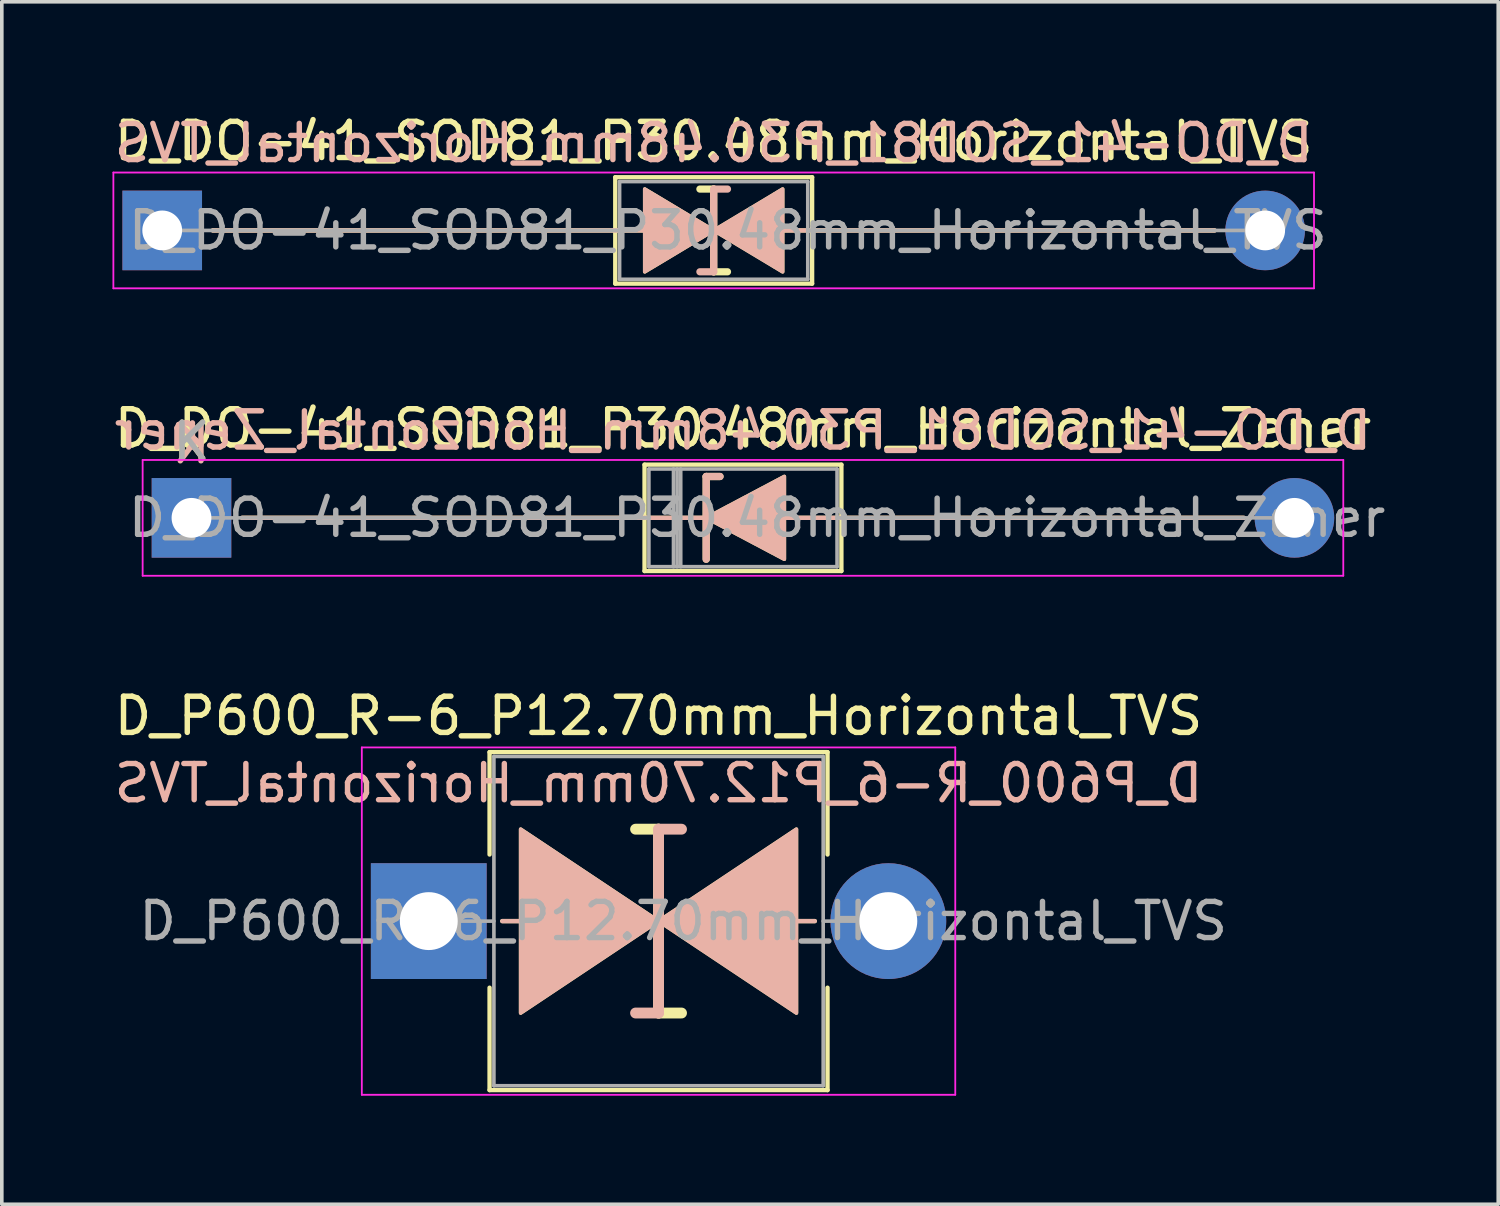
<source format=kicad_pcb>
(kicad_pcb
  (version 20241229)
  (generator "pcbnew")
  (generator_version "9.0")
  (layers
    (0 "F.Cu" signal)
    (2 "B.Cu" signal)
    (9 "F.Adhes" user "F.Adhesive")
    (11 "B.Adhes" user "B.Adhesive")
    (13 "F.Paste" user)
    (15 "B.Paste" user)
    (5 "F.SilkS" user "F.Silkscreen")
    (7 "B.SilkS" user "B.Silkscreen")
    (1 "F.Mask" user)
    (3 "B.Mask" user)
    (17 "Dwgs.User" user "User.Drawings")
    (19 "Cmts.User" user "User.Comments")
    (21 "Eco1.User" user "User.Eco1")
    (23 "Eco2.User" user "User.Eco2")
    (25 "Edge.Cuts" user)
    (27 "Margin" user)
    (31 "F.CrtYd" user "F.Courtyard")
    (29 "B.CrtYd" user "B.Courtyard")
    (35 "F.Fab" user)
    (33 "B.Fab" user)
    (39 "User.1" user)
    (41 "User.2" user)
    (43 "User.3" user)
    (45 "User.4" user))
  (footprint "D_P600_R-6_P12.70mm_Horizontal_TVS"
    (layer "F.Cu")
    (at 8.799 22.405)
    (property "Reference" "D_P600_R-6_P12.70mm_Horizontal_TVS" (at 6.35 -5.67 0) (layer "F.SilkS") (effects (font (size 1 1) (thickness 0.15))))
    (fp_line (start 1.68 -4.67) (end 11.02 -4.67) (stroke (width 0.12) (type solid)) (layer "F.SilkS"))
    (fp_line (start 1.68 -1.84) (end 1.68 -4.67) (stroke (width 0.12) (type solid)) (layer "F.SilkS"))
    (fp_line (start 1.68 1.84) (end 1.68 4.67) (stroke (width 0.12) (type solid)) (layer "F.SilkS"))
    (fp_line (start 1.68 4.67) (end 11.02 4.67) (stroke (width 0.12) (type solid)) (layer "F.SilkS"))
    (fp_line (start 2.032 0) (end 2.54 0) (stroke (width 0.12) (type solid)) (layer "F.SilkS"))
    (fp_line (start 6.35 -2.54) (end 5.715 -2.54) (stroke (width 0.3) (type solid)) (layer "F.SilkS"))
    (fp_line (start 6.35 2.54) (end 6.35 -2.54) (stroke (width 0.3) (type solid)) (layer "F.SilkS"))
    (fp_line (start 6.985 2.54) (end 6.35 2.54) (stroke (width 0.3) (type solid)) (layer "F.SilkS"))
    (fp_line (start 10.668 0) (end 10.16 0) (stroke (width 0.12) (type solid)) (layer "F.SilkS"))
    (fp_line (start 11.02 -4.67) (end 11.02 -1.84) (stroke (width 0.12) (type solid)) (layer "F.SilkS"))
    (fp_line (start 11.02 4.67) (end 11.02 1.84) (stroke (width 0.12) (type solid)) (layer "F.SilkS"))
    (fp_poly (pts (xy 6.35 0) (xy 2.54 2.54) (xy 2.54 -2.54)) (stroke (width 0.1) (type solid)) (fill yes) (layer "F.SilkS"))
    (fp_poly (pts (xy 6.35 0) (xy 10.16 -2.54) (xy 10.16 2.54)) (stroke (width 0.1) (type solid)) (fill yes) (layer "F.SilkS"))
    (fp_line (start 2.032 0) (end 2.54 0) (stroke (width 0.12) (type solid)) (layer "B.SilkS"))
    (fp_line (start 6.35 -2.54) (end 6.35 2.54) (stroke (width 0.3) (type solid)) (layer "B.SilkS"))
    (fp_line (start 6.35 2.54) (end 5.715 2.54) (stroke (width 0.3) (type solid)) (layer "B.SilkS"))
    (fp_line (start 6.985 -2.54) (end 6.35 -2.54) (stroke (width 0.3) (type solid)) (layer "B.SilkS"))
    (fp_line (start 10.668 0) (end 10.16 0) (stroke (width 0.12) (type solid)) (layer "B.SilkS"))
    (fp_poly (pts (xy 6.35 0) (xy 2.54 -2.54) (xy 2.54 2.54)) (stroke (width 0.1) (type solid)) (fill yes) (layer "B.SilkS"))
    (fp_poly (pts (xy 6.35 0) (xy 10.16 2.54) (xy 10.16 -2.54)) (stroke (width 0.1) (type solid)) (fill yes) (layer "B.SilkS"))
    (fp_line (start -1.85 -4.8) (end -1.85 4.8) (stroke (width 0.05) (type solid)) (layer "F.CrtYd"))
    (fp_line (start -1.85 4.8) (end 14.55 4.8) (stroke (width 0.05) (type solid)) (layer "F.CrtYd"))
    (fp_line (start 14.55 -4.8) (end -1.85 -4.8) (stroke (width 0.05) (type solid)) (layer "F.CrtYd"))
    (fp_line (start 14.55 4.8) (end 14.55 -4.8) (stroke (width 0.05) (type solid)) (layer "F.CrtYd"))
    (fp_line (start 0 0) (end 1.8 0) (stroke (width 0.1) (type solid)) (layer "F.Fab"))
    (fp_line (start 1.8 -4.55) (end 1.8 4.55) (stroke (width 0.1) (type solid)) (layer "F.Fab"))
    (fp_line (start 1.8 4.55) (end 10.9 4.55) (stroke (width 0.1) (type solid)) (layer "F.Fab"))
    (fp_line (start 10.9 -4.55) (end 1.8 -4.55) (stroke (width 0.1) (type solid)) (layer "F.Fab"))
    (fp_line (start 10.9 4.55) (end 10.9 -4.55) (stroke (width 0.1) (type solid)) (layer "F.Fab"))
    (fp_line (start 12.7 0) (end 10.9 0) (stroke (width 0.1) (type solid)) (layer "F.Fab"))
    (fp_text user "${REFERENCE}" (at 6.35 -3.81 0) (layer "B.SilkS") (effects (font (size 1 1) (thickness 0.15)) (justify mirror)))
    (fp_text user "${REFERENCE}" (at 7.032 0 0) (layer "F.Fab") (effects (font (size 1 1) (thickness 0.15))))
    (pad "1" thru_hole rect (at 0 0) (size 3.2 3.2) (drill 1.6) (layers "*.Cu" "*.Mask"))
    (pad "2" thru_hole oval (at 12.7 0) (size 3.2 3.2) (drill 1.6) (layers "*.Cu" "*.Mask")))
  (footprint "D_DO-41_SOD81_P30.48mm_Horizontal_Zener"
    (layer "F.Cu")
    (at 2.242 11.261)
    (property "Reference" "D_DO-41_SOD81_P30.48mm_Horizontal_Zener" (at 15.24 -2.47 0) (layer "F.SilkS") (effects (font (size 1 1) (thickness 0.15))))
    (fp_line (start 1.397 0) (end 12.52 0) (stroke (width 0.12) (type solid)) (layer "F.SilkS"))
    (fp_line (start 12.52 -1.47) (end 12.52 1.47) (stroke (width 0.12) (type solid)) (layer "F.SilkS"))
    (fp_line (start 12.52 1.47) (end 17.96 1.47) (stroke (width 0.12) (type solid)) (layer "F.SilkS"))
    (fp_line (start 14.224 -1.143) (end 14.224 1.143) (stroke (width 0.2) (type solid)) (layer "F.SilkS"))
    (fp_line (start 14.224 -1.143) (end 14.605 -1.143) (stroke (width 0.2) (type solid)) (layer "F.SilkS"))
    (fp_line (start 14.224 0) (end 12.52 0) (stroke (width 0.12) (type solid)) (layer "F.SilkS"))
    (fp_line (start 16.383 0) (end 17.96 0) (stroke (width 0.12) (type solid)) (layer "F.SilkS"))
    (fp_line (start 17.96 -1.47) (end 12.52 -1.47) (stroke (width 0.12) (type solid)) (layer "F.SilkS"))
    (fp_line (start 17.96 1.47) (end 17.96 -1.47) (stroke (width 0.12) (type solid)) (layer "F.SilkS"))
    (fp_line (start 29.083 0) (end 17.96 0) (stroke (width 0.12) (type solid)) (layer "F.SilkS"))
    (fp_poly (pts (xy 16.383 1.143) (xy 14.224 0) (xy 16.383 -1.143)) (stroke (width 0.1) (type solid)) (fill yes) (layer "F.SilkS"))
    (fp_line (start 1.397 0) (end 12.52 0) (stroke (width 0.12) (type solid)) (layer "B.SilkS"))
    (fp_line (start 14.224 -1.143) (end 14.605 -1.143) (stroke (width 0.2) (type solid)) (layer "B.SilkS"))
    (fp_line (start 14.224 0) (end 12.52 0) (stroke (width 0.12) (type solid)) (layer "B.SilkS"))
    (fp_line (start 14.224 1.143) (end 14.224 -1.143) (stroke (width 0.2) (type solid)) (layer "B.SilkS"))
    (fp_line (start 16.383 0) (end 17.96 0) (stroke (width 0.12) (type solid)) (layer "B.SilkS"))
    (fp_line (start 29.083 0) (end 17.96 0) (stroke (width 0.12) (type solid)) (layer "B.SilkS"))
    (fp_poly (pts (xy 16.383 -1.143) (xy 14.224 0) (xy 16.383 1.143)) (stroke (width 0.1) (type solid)) (fill yes) (layer "B.SilkS"))
    (fp_line (start -1.35 -1.6) (end -1.35 1.6) (stroke (width 0.05) (type solid)) (layer "F.CrtYd"))
    (fp_line (start -1.35 1.6) (end 31.83 1.6) (stroke (width 0.05) (type solid)) (layer "F.CrtYd"))
    (fp_line (start 31.83 -1.6) (end -1.35 -1.6) (stroke (width 0.05) (type solid)) (layer "F.CrtYd"))
    (fp_line (start 31.83 1.6) (end 31.83 -1.6) (stroke (width 0.05) (type solid)) (layer "F.CrtYd"))
    (fp_line (start 0 0) (end 12.64 0) (stroke (width 0.1) (type solid)) (layer "F.Fab"))
    (fp_line (start 12.64 -1.35) (end 12.64 1.35) (stroke (width 0.1) (type solid)) (layer "F.Fab"))
    (fp_line (start 12.64 1.35) (end 17.84 1.35) (stroke (width 0.1) (type solid)) (layer "F.Fab"))
    (fp_line (start 13.32 -1.35) (end 13.32 1.35) (stroke (width 0.1) (type solid)) (layer "F.Fab"))
    (fp_line (start 13.42 -1.35) (end 13.42 1.35) (stroke (width 0.1) (type solid)) (layer "F.Fab"))
    (fp_line (start 13.52 -1.35) (end 13.52 1.35) (stroke (width 0.1) (type solid)) (layer "F.Fab"))
    (fp_line (start 17.84 -1.35) (end 12.64 -1.35) (stroke (width 0.1) (type solid)) (layer "F.Fab"))
    (fp_line (start 17.84 1.35) (end 17.84 -1.35) (stroke (width 0.1) (type solid)) (layer "F.Fab"))
    (fp_line (start 30.48 0) (end 17.84 0) (stroke (width 0.1) (type solid)) (layer "F.Fab"))
    (fp_text user "K" (at 0 -2.1 0) (layer "F.SilkS") (effects (font (size 1 1) (thickness 0.15))))
    (fp_text user "${REFERENCE}" (at 15.24 -2.413 0) (layer "B.SilkS") (effects (font (size 1 1) (thickness 0.15)) (justify mirror)))
    (fp_text user "K" (at 0 -2.032 0) (layer "B.SilkS") (effects (font (size 1 1) (thickness 0.15)) (justify mirror)))
    (fp_text user "${REFERENCE}" (at 15.63 0 0) (layer "F.Fab") (effects (font (size 1 1) (thickness 0.15))))
    (fp_text user "K" (at 0 -2.1 0) (layer "F.Fab") (effects (font (size 1 1) (thickness 0.15))))
    (pad "1" thru_hole rect (at 0 0) (size 2.2 2.2) (drill 1.1) (layers "*.Cu" "*.Mask"))
    (pad "2" thru_hole oval (at 30.48 0) (size 2.2 2.2) (drill 1.1) (layers "*.Cu" "*.Mask")))
  (footprint "D_DO-41_SOD81_P30.48mm_Horizontal_TVS"
    (layer "F.Cu")
    (at 1.433 3.318)
    (property "Reference" "D_DO-41_SOD81_P30.48mm_Horizontal_TVS" (at 15.24 -2.47 0) (layer "F.SilkS") (effects (font (size 1 1) (thickness 0.15))))
    (fp_line (start 1.397 0) (end 12.52 0) (stroke (width 0.12) (type solid)) (layer "F.SilkS"))
    (fp_line (start 12.52 -1.47) (end 12.52 1.47) (stroke (width 0.12) (type solid)) (layer "F.SilkS"))
    (fp_line (start 12.52 0) (end 13.335 0) (stroke (width 0.12) (type solid)) (layer "F.SilkS"))
    (fp_line (start 12.52 1.47) (end 17.96 1.47) (stroke (width 0.12) (type solid)) (layer "F.SilkS"))
    (fp_line (start 15.24 -1.143) (end 14.859 -1.143) (stroke (width 0.2) (type solid)) (layer "F.SilkS"))
    (fp_line (start 15.24 1.143) (end 15.24 -1.143) (stroke (width 0.2) (type solid)) (layer "F.SilkS"))
    (fp_line (start 15.621 1.143) (end 15.24 1.143) (stroke (width 0.2) (type solid)) (layer "F.SilkS"))
    (fp_line (start 17.145 0) (end 17.96 0) (stroke (width 0.12) (type solid)) (layer "F.SilkS"))
    (fp_line (start 17.96 -1.47) (end 12.52 -1.47) (stroke (width 0.12) (type solid)) (layer "F.SilkS"))
    (fp_line (start 17.96 1.47) (end 17.96 -1.47) (stroke (width 0.12) (type solid)) (layer "F.SilkS"))
    (fp_line (start 29.083 0) (end 17.96 0) (stroke (width 0.12) (type solid)) (layer "F.SilkS"))
    (fp_poly (pts (xy 15.24 0) (xy 13.335 1.143) (xy 13.335 -1.143)) (stroke (width 0.1) (type solid)) (fill yes) (layer "F.SilkS"))
    (fp_poly (pts (xy 15.24 0) (xy 17.145 -1.143) (xy 17.145 1.143)) (stroke (width 0.1) (type solid)) (fill yes) (layer "F.SilkS"))
    (fp_line (start 1.397 0) (end 12.52 0) (stroke (width 0.12) (type solid)) (layer "B.SilkS"))
    (fp_line (start 12.52 0) (end 13.335 0) (stroke (width 0.12) (type solid)) (layer "B.SilkS"))
    (fp_line (start 15.24 -1.143) (end 15.24 1.143) (stroke (width 0.2) (type solid)) (layer "B.SilkS"))
    (fp_line (start 15.24 1.143) (end 14.859 1.143) (stroke (width 0.2) (type solid)) (layer "B.SilkS"))
    (fp_line (start 15.621 -1.143) (end 15.24 -1.143) (stroke (width 0.2) (type solid)) (layer "B.SilkS"))
    (fp_line (start 17.145 0) (end 17.96 0) (stroke (width 0.12) (type solid)) (layer "B.SilkS"))
    (fp_line (start 29.083 0) (end 17.96 0) (stroke (width 0.12) (type solid)) (layer "B.SilkS"))
    (fp_poly (pts (xy 15.24 0) (xy 13.335 -1.143) (xy 13.335 1.143)) (stroke (width 0.1) (type solid)) (fill yes) (layer "B.SilkS"))
    (fp_poly (pts (xy 15.24 0) (xy 17.145 1.143) (xy 17.145 -1.143)) (stroke (width 0.1) (type solid)) (fill yes) (layer "B.SilkS"))
    (fp_line (start -1.35 -1.6) (end -1.35 1.6) (stroke (width 0.05) (type solid)) (layer "F.CrtYd"))
    (fp_line (start -1.35 1.6) (end 31.83 1.6) (stroke (width 0.05) (type solid)) (layer "F.CrtYd"))
    (fp_line (start 31.83 -1.6) (end -1.35 -1.6) (stroke (width 0.05) (type solid)) (layer "F.CrtYd"))
    (fp_line (start 31.83 1.6) (end 31.83 -1.6) (stroke (width 0.05) (type solid)) (layer "F.CrtYd"))
    (fp_line (start 0 0) (end 12.64 0) (stroke (width 0.1) (type solid)) (layer "F.Fab"))
    (fp_line (start 12.64 -1.35) (end 12.64 1.35) (stroke (width 0.1) (type solid)) (layer "F.Fab"))
    (fp_line (start 12.64 1.35) (end 17.84 1.35) (stroke (width 0.1) (type solid)) (layer "F.Fab"))
    (fp_line (start 17.84 -1.35) (end 12.64 -1.35) (stroke (width 0.1) (type solid)) (layer "F.Fab"))
    (fp_line (start 17.84 1.35) (end 17.84 -1.35) (stroke (width 0.1) (type solid)) (layer "F.Fab"))
    (fp_line (start 30.48 0) (end 17.84 0) (stroke (width 0.1) (type solid)) (layer "F.Fab"))
    (fp_text user "${REFERENCE}" (at 15.24 -2.413 0) (layer "B.SilkS") (effects (font (size 1 1) (thickness 0.15)) (justify mirror)))
    (fp_text user "${REFERENCE}" (at 15.63 0 0) (layer "F.Fab") (effects (font (size 1 1) (thickness 0.15))))
    (pad "1" thru_hole rect (at 0 0) (size 2.2 2.2) (drill 1.1) (layers "*.Cu" "*.Mask"))
    (pad "2" thru_hole oval (at 30.48 0) (size 2.2 2.2) (drill 1.1) (layers "*.Cu" "*.Mask")))
  (gr_rect
    (start -3 -3)
    (end 38.354 30.23)
    (stroke (width 0.1) (type default))
    (fill no)
    (layer "Edge.Cuts")))
</source>
